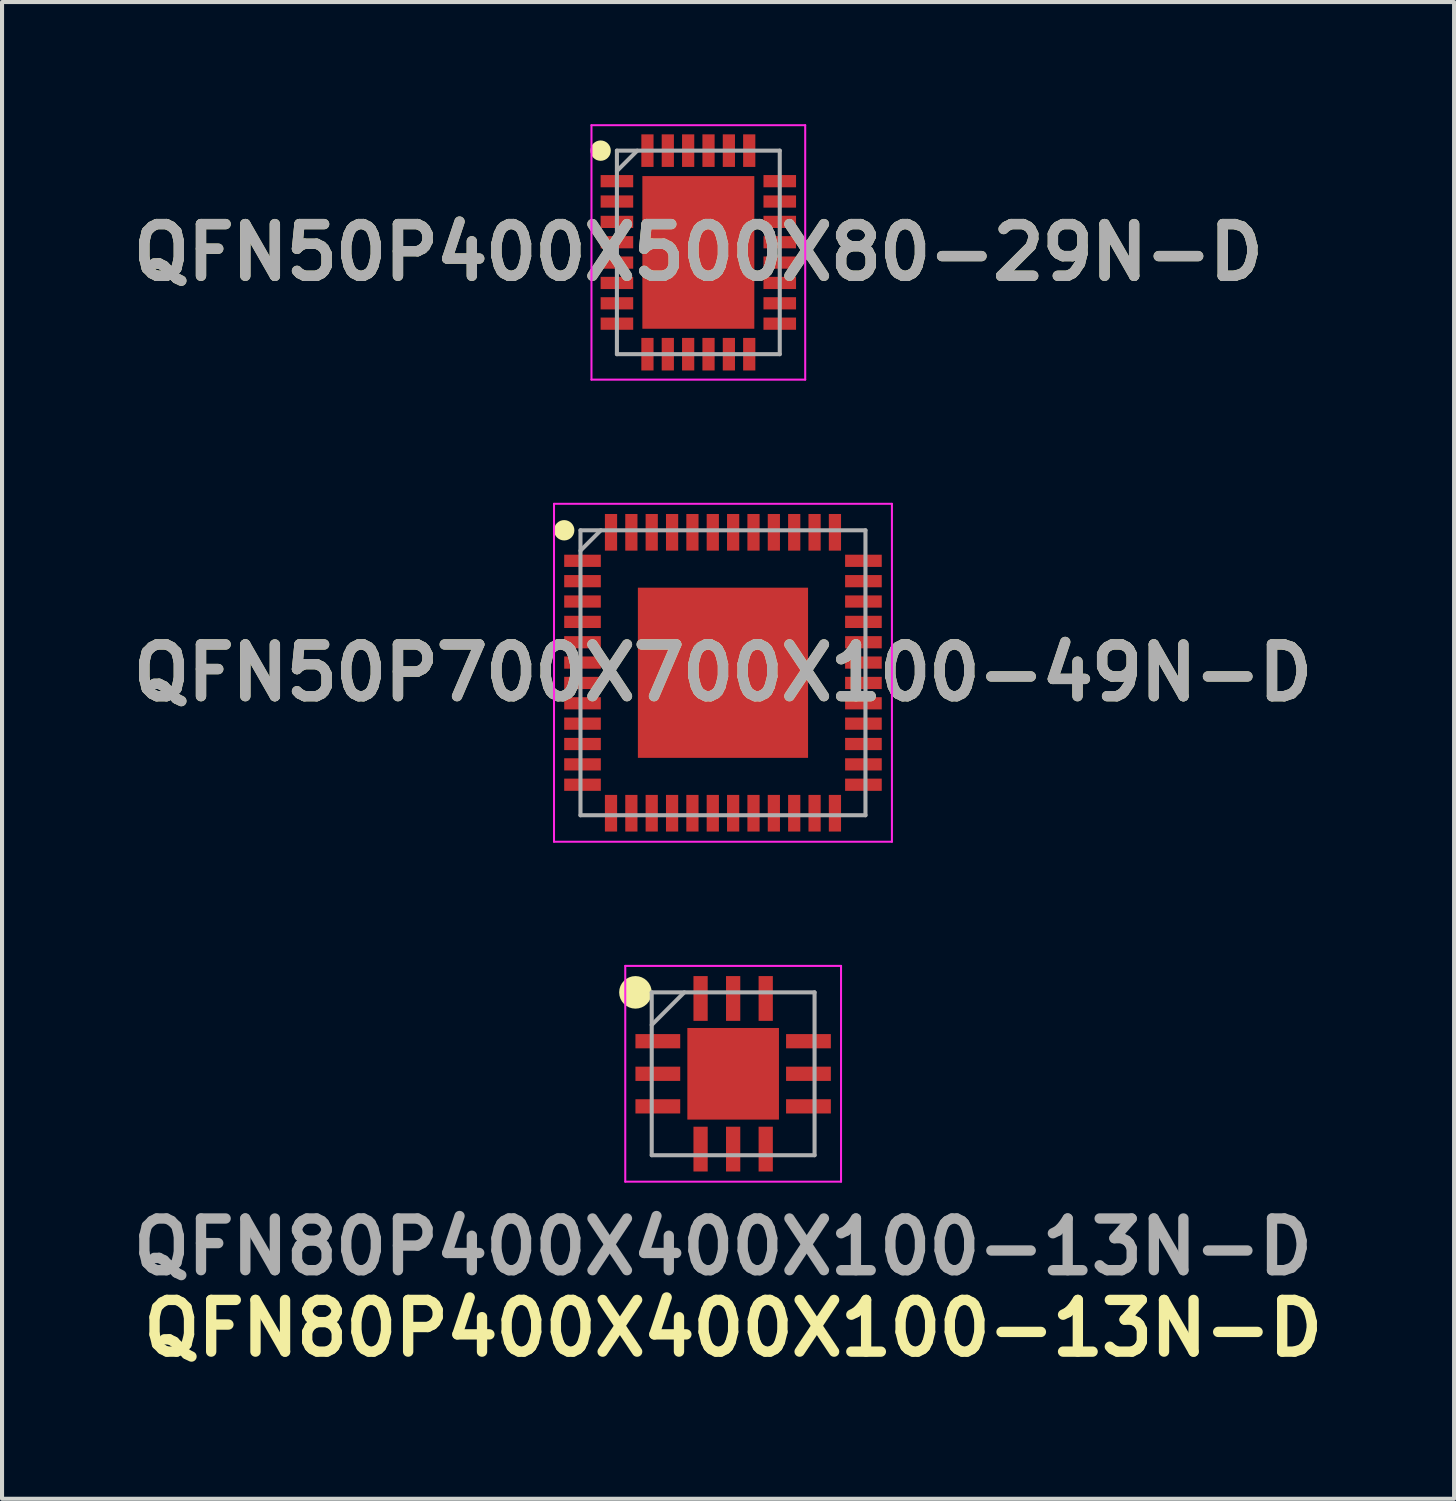
<source format=kicad_pcb>
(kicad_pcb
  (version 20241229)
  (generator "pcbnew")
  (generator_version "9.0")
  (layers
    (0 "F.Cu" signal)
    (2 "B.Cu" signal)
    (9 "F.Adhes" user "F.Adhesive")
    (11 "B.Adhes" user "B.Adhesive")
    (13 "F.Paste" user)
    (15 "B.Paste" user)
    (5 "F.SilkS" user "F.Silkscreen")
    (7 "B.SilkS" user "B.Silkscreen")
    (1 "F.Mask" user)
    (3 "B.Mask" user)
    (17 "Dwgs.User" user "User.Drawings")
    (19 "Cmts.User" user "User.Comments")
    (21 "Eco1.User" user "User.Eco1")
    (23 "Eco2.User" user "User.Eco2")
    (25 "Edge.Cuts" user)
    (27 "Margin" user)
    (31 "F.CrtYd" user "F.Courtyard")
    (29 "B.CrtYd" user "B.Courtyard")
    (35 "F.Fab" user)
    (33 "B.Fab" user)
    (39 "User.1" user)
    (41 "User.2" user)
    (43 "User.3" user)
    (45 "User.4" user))
  (footprint "QFN50P700X700X100-49N-D"
    (layer "F.Cu")
    (at 14.708 13.475)
    (property "Reference" "QFN50P700X700X100-49N-D" (at 0 0 0) (layer "F.SilkS") (effects (font (size 1.27 1.27) (thickness 0.254))))
    (attr smd)
    (fp_circle (center -3.9 -3.5) (end -3.9 -3.375) (stroke (width 0.25) (type solid)) (fill no) (layer "F.SilkS"))
    (fp_line (start -4.15 -4.15) (end 4.15 -4.15) (stroke (width 0.05) (type solid)) (layer "F.CrtYd"))
    (fp_line (start -4.15 4.15) (end -4.15 -4.15) (stroke (width 0.05) (type solid)) (layer "F.CrtYd"))
    (fp_line (start 4.15 -4.15) (end 4.15 4.15) (stroke (width 0.05) (type solid)) (layer "F.CrtYd"))
    (fp_line (start 4.15 4.15) (end -4.15 4.15) (stroke (width 0.05) (type solid)) (layer "F.CrtYd"))
    (fp_line (start -3.5 -3.5) (end 3.5 -3.5) (stroke (width 0.1) (type solid)) (layer "F.Fab"))
    (fp_line (start -3.5 -3) (end -3 -3.5) (stroke (width 0.1) (type solid)) (layer "F.Fab"))
    (fp_line (start -3.5 3.5) (end -3.5 -3.5) (stroke (width 0.1) (type solid)) (layer "F.Fab"))
    (fp_line (start 3.5 -3.5) (end 3.5 3.5) (stroke (width 0.1) (type solid)) (layer "F.Fab"))
    (fp_line (start 3.5 3.5) (end -3.5 3.5) (stroke (width 0.1) (type solid)) (layer "F.Fab"))
    (fp_text user "${REFERENCE}" (at 0 0 0) (layer "F.Fab") (effects (font (size 1.27 1.27) (thickness 0.254))))
    (pad "1" smd rect (at -3.45 -2.75 90) (size 0.3 0.9) (layers "F.Cu" "F.Mask" "F.Paste"))
    (pad "2" smd rect (at -3.45 -2.25 90) (size 0.3 0.9) (layers "F.Cu" "F.Mask" "F.Paste"))
    (pad "3" smd rect (at -3.45 -1.75 90) (size 0.3 0.9) (layers "F.Cu" "F.Mask" "F.Paste"))
    (pad "4" smd rect (at -3.45 -1.25 90) (size 0.3 0.9) (layers "F.Cu" "F.Mask" "F.Paste"))
    (pad "5" smd rect (at -3.45 -0.75 90) (size 0.3 0.9) (layers "F.Cu" "F.Mask" "F.Paste"))
    (pad "6" smd rect (at -3.45 -0.25 90) (size 0.3 0.9) (layers "F.Cu" "F.Mask" "F.Paste"))
    (pad "7" smd rect (at -3.45 0.25 90) (size 0.3 0.9) (layers "F.Cu" "F.Mask" "F.Paste"))
    (pad "8" smd rect (at -3.45 0.75 90) (size 0.3 0.9) (layers "F.Cu" "F.Mask" "F.Paste"))
    (pad "9" smd rect (at -3.45 1.25 90) (size 0.3 0.9) (layers "F.Cu" "F.Mask" "F.Paste"))
    (pad "10" smd rect (at -3.45 1.75 90) (size 0.3 0.9) (layers "F.Cu" "F.Mask" "F.Paste"))
    (pad "11" smd rect (at -3.45 2.25 90) (size 0.3 0.9) (layers "F.Cu" "F.Mask" "F.Paste"))
    (pad "12" smd rect (at -3.45 2.75 90) (size 0.3 0.9) (layers "F.Cu" "F.Mask" "F.Paste"))
    (pad "13" smd rect (at -2.75 3.45) (size 0.3 0.9) (layers "F.Cu" "F.Mask" "F.Paste"))
    (pad "14" smd rect (at -2.25 3.45) (size 0.3 0.9) (layers "F.Cu" "F.Mask" "F.Paste"))
    (pad "15" smd rect (at -1.75 3.45) (size 0.3 0.9) (layers "F.Cu" "F.Mask" "F.Paste"))
    (pad "16" smd rect (at -1.25 3.45) (size 0.3 0.9) (layers "F.Cu" "F.Mask" "F.Paste"))
    (pad "17" smd rect (at -0.75 3.45) (size 0.3 0.9) (layers "F.Cu" "F.Mask" "F.Paste"))
    (pad "18" smd rect (at -0.25 3.45) (size 0.3 0.9) (layers "F.Cu" "F.Mask" "F.Paste"))
    (pad "19" smd rect (at 0.25 3.45) (size 0.3 0.9) (layers "F.Cu" "F.Mask" "F.Paste"))
    (pad "20" smd rect (at 0.75 3.45) (size 0.3 0.9) (layers "F.Cu" "F.Mask" "F.Paste"))
    (pad "21" smd rect (at 1.25 3.45) (size 0.3 0.9) (layers "F.Cu" "F.Mask" "F.Paste"))
    (pad "22" smd rect (at 1.75 3.45) (size 0.3 0.9) (layers "F.Cu" "F.Mask" "F.Paste"))
    (pad "23" smd rect (at 2.25 3.45) (size 0.3 0.9) (layers "F.Cu" "F.Mask" "F.Paste"))
    (pad "24" smd rect (at 2.75 3.45) (size 0.3 0.9) (layers "F.Cu" "F.Mask" "F.Paste"))
    (pad "25" smd rect (at 3.45 2.75 90) (size 0.3 0.9) (layers "F.Cu" "F.Mask" "F.Paste"))
    (pad "26" smd rect (at 3.45 2.25 90) (size 0.3 0.9) (layers "F.Cu" "F.Mask" "F.Paste"))
    (pad "27" smd rect (at 3.45 1.75 90) (size 0.3 0.9) (layers "F.Cu" "F.Mask" "F.Paste"))
    (pad "28" smd rect (at 3.45 1.25 90) (size 0.3 0.9) (layers "F.Cu" "F.Mask" "F.Paste"))
    (pad "29" smd rect (at 3.45 0.75 90) (size 0.3 0.9) (layers "F.Cu" "F.Mask" "F.Paste"))
    (pad "30" smd rect (at 3.45 0.25 90) (size 0.3 0.9) (layers "F.Cu" "F.Mask" "F.Paste"))
    (pad "31" smd rect (at 3.45 -0.25 90) (size 0.3 0.9) (layers "F.Cu" "F.Mask" "F.Paste"))
    (pad "32" smd rect (at 3.45 -0.75 90) (size 0.3 0.9) (layers "F.Cu" "F.Mask" "F.Paste"))
    (pad "33" smd rect (at 3.45 -1.25 90) (size 0.3 0.9) (layers "F.Cu" "F.Mask" "F.Paste"))
    (pad "34" smd rect (at 3.45 -1.75 90) (size 0.3 0.9) (layers "F.Cu" "F.Mask" "F.Paste"))
    (pad "35" smd rect (at 3.45 -2.25 90) (size 0.3 0.9) (layers "F.Cu" "F.Mask" "F.Paste"))
    (pad "36" smd rect (at 3.45 -2.75 90) (size 0.3 0.9) (layers "F.Cu" "F.Mask" "F.Paste"))
    (pad "37" smd rect (at 2.75 -3.45) (size 0.3 0.9) (layers "F.Cu" "F.Mask" "F.Paste"))
    (pad "38" smd rect (at 2.25 -3.45) (size 0.3 0.9) (layers "F.Cu" "F.Mask" "F.Paste"))
    (pad "39" smd rect (at 1.75 -3.45) (size 0.3 0.9) (layers "F.Cu" "F.Mask" "F.Paste"))
    (pad "40" smd rect (at 1.25 -3.45) (size 0.3 0.9) (layers "F.Cu" "F.Mask" "F.Paste"))
    (pad "41" smd rect (at 0.75 -3.45) (size 0.3 0.9) (layers "F.Cu" "F.Mask" "F.Paste"))
    (pad "42" smd rect (at 0.25 -3.45) (size 0.3 0.9) (layers "F.Cu" "F.Mask" "F.Paste"))
    (pad "43" smd rect (at -0.25 -3.45) (size 0.3 0.9) (layers "F.Cu" "F.Mask" "F.Paste"))
    (pad "44" smd rect (at -0.75 -3.45) (size 0.3 0.9) (layers "F.Cu" "F.Mask" "F.Paste"))
    (pad "45" smd rect (at -1.25 -3.45) (size 0.3 0.9) (layers "F.Cu" "F.Mask" "F.Paste"))
    (pad "46" smd rect (at -1.75 -3.45) (size 0.3 0.9) (layers "F.Cu" "F.Mask" "F.Paste"))
    (pad "47" smd rect (at -2.25 -3.45) (size 0.3 0.9) (layers "F.Cu" "F.Mask" "F.Paste"))
    (pad "48" smd rect (at -2.75 -3.45) (size 0.3 0.9) (layers "F.Cu" "F.Mask" "F.Paste"))
    (pad "49" smd rect (at 0 0) (size 4.18 4.18) (layers "F.Cu" "F.Mask" "F.Paste")))
  (footprint "QFN50P400X500X80-29N-D"
    (layer "F.Cu")
    (at 14.103 3.15)
    (property "Reference" "QFN50P400X500X80-29N-D" (at 0 0 0) (layer "F.SilkS") (effects (font (size 1.27 1.27) (thickness 0.254))))
    (attr smd)
    (fp_circle (center -2.4 -2.5) (end -2.4 -2.375) (stroke (width 0.25) (type solid)) (fill no) (layer "F.SilkS"))
    (fp_line (start -2.625 -3.125) (end 2.625 -3.125) (stroke (width 0.05) (type solid)) (layer "F.CrtYd"))
    (fp_line (start -2.625 3.125) (end -2.625 -3.125) (stroke (width 0.05) (type solid)) (layer "F.CrtYd"))
    (fp_line (start 2.625 -3.125) (end 2.625 3.125) (stroke (width 0.05) (type solid)) (layer "F.CrtYd"))
    (fp_line (start 2.625 3.125) (end -2.625 3.125) (stroke (width 0.05) (type solid)) (layer "F.CrtYd"))
    (fp_line (start -2 -2.5) (end 2 -2.5) (stroke (width 0.1) (type solid)) (layer "F.Fab"))
    (fp_line (start -2 -2) (end -1.5 -2.5) (stroke (width 0.1) (type solid)) (layer "F.Fab"))
    (fp_line (start -2 2.5) (end -2 -2.5) (stroke (width 0.1) (type solid)) (layer "F.Fab"))
    (fp_line (start 2 -2.5) (end 2 2.5) (stroke (width 0.1) (type solid)) (layer "F.Fab"))
    (fp_line (start 2 2.5) (end -2 2.5) (stroke (width 0.1) (type solid)) (layer "F.Fab"))
    (fp_text user "${REFERENCE}" (at 0 0 0) (layer "F.Fab") (effects (font (size 1.27 1.27) (thickness 0.254))))
    (pad "1" smd rect (at -2 -1.75 90) (size 0.3 0.8) (layers "F.Cu" "F.Mask" "F.Paste"))
    (pad "2" smd rect (at -2 -1.25 90) (size 0.3 0.8) (layers "F.Cu" "F.Mask" "F.Paste"))
    (pad "3" smd rect (at -2 -0.75 90) (size 0.3 0.8) (layers "F.Cu" "F.Mask" "F.Paste"))
    (pad "4" smd rect (at -2 -0.25 90) (size 0.3 0.8) (layers "F.Cu" "F.Mask" "F.Paste"))
    (pad "5" smd rect (at -2 0.25 90) (size 0.3 0.8) (layers "F.Cu" "F.Mask" "F.Paste"))
    (pad "6" smd rect (at -2 0.75 90) (size 0.3 0.8) (layers "F.Cu" "F.Mask" "F.Paste"))
    (pad "7" smd rect (at -2 1.25 90) (size 0.3 0.8) (layers "F.Cu" "F.Mask" "F.Paste"))
    (pad "8" smd rect (at -2 1.75 90) (size 0.3 0.8) (layers "F.Cu" "F.Mask" "F.Paste"))
    (pad "9" smd rect (at -1.25 2.5) (size 0.3 0.8) (layers "F.Cu" "F.Mask" "F.Paste"))
    (pad "10" smd rect (at -0.75 2.5) (size 0.3 0.8) (layers "F.Cu" "F.Mask" "F.Paste"))
    (pad "11" smd rect (at -0.25 2.5) (size 0.3 0.8) (layers "F.Cu" "F.Mask" "F.Paste"))
    (pad "12" smd rect (at 0.25 2.5) (size 0.3 0.8) (layers "F.Cu" "F.Mask" "F.Paste"))
    (pad "13" smd rect (at 0.75 2.5) (size 0.3 0.8) (layers "F.Cu" "F.Mask" "F.Paste"))
    (pad "14" smd rect (at 1.25 2.5) (size 0.3 0.8) (layers "F.Cu" "F.Mask" "F.Paste"))
    (pad "15" smd rect (at 2 1.75 90) (size 0.3 0.8) (layers "F.Cu" "F.Mask" "F.Paste"))
    (pad "16" smd rect (at 2 1.25 90) (size 0.3 0.8) (layers "F.Cu" "F.Mask" "F.Paste"))
    (pad "17" smd rect (at 2 0.75 90) (size 0.3 0.8) (layers "F.Cu" "F.Mask" "F.Paste"))
    (pad "18" smd rect (at 2 0.25 90) (size 0.3 0.8) (layers "F.Cu" "F.Mask" "F.Paste"))
    (pad "19" smd rect (at 2 -0.25 90) (size 0.3 0.8) (layers "F.Cu" "F.Mask" "F.Paste"))
    (pad "20" smd rect (at 2 -0.75 90) (size 0.3 0.8) (layers "F.Cu" "F.Mask" "F.Paste"))
    (pad "21" smd rect (at 2 -1.25 90) (size 0.3 0.8) (layers "F.Cu" "F.Mask" "F.Paste"))
    (pad "22" smd rect (at 2 -1.75 90) (size 0.3 0.8) (layers "F.Cu" "F.Mask" "F.Paste"))
    (pad "23" smd rect (at 1.25 -2.5) (size 0.3 0.8) (layers "F.Cu" "F.Mask" "F.Paste"))
    (pad "24" smd rect (at 0.75 -2.5) (size 0.3 0.8) (layers "F.Cu" "F.Mask" "F.Paste"))
    (pad "25" smd rect (at 0.25 -2.5) (size 0.3 0.8) (layers "F.Cu" "F.Mask" "F.Paste"))
    (pad "26" smd rect (at -0.25 -2.5) (size 0.3 0.8) (layers "F.Cu" "F.Mask" "F.Paste"))
    (pad "27" smd rect (at -0.75 -2.5) (size 0.3 0.8) (layers "F.Cu" "F.Mask" "F.Paste"))
    (pad "28" smd rect (at -1.25 -2.5) (size 0.3 0.8) (layers "F.Cu" "F.Mask" "F.Paste"))
    (pad "29" smd rect (at 0 0) (size 2.75 3.75) (layers "F.Cu" "F.Mask" "F.Paste")))
  (footprint "QFN80P400X400X100-13N-D"
    (layer "F.Cu")
    (at 14.958 23.325)
    (property "Reference" "QFN80P400X400X100-13N-D" (at 0 6.25 0) (layer "F.SilkS") (effects (font (size 1.27 1.27) (thickness 0.254))))
    (attr smd)
    (fp_circle (center -2.4 -2) (end -2.4 -1.8) (stroke (width 0.4) (type solid)) (fill no) (layer "F.SilkS"))
    (fp_line (start -2.65 -2.65) (end 2.65 -2.65) (stroke (width 0.05) (type solid)) (layer "F.CrtYd"))
    (fp_line (start -2.65 2.65) (end -2.65 -2.65) (stroke (width 0.05) (type solid)) (layer "F.CrtYd"))
    (fp_line (start 2.65 -2.65) (end 2.65 2.65) (stroke (width 0.05) (type solid)) (layer "F.CrtYd"))
    (fp_line (start 2.65 2.65) (end -2.65 2.65) (stroke (width 0.05) (type solid)) (layer "F.CrtYd"))
    (fp_line (start -2 -2) (end 2 -2) (stroke (width 0.1) (type solid)) (layer "F.Fab"))
    (fp_line (start -2 -1.2) (end -1.2 -2) (stroke (width 0.1) (type solid)) (layer "F.Fab"))
    (fp_line (start -2 2) (end -2 -2) (stroke (width 0.1) (type solid)) (layer "F.Fab"))
    (fp_line (start 2 -2) (end 2 2) (stroke (width 0.1) (type solid)) (layer "F.Fab"))
    (fp_line (start 2 2) (end -2 2) (stroke (width 0.1) (type solid)) (layer "F.Fab"))
    (fp_text user "${REFERENCE}" (at -0.25 4.25 0) (layer "F.Fab") (effects (font (size 1.27 1.27) (thickness 0.254))))
    (pad "1" smd rect (at -1.85 -0.8 90) (size 0.35 1.1) (layers "F.Cu" "F.Mask" "F.Paste"))
    (pad "2" smd rect (at -1.85 0 90) (size 0.35 1.1) (layers "F.Cu" "F.Mask" "F.Paste"))
    (pad "3" smd rect (at -1.85 0.8 90) (size 0.35 1.1) (layers "F.Cu" "F.Mask" "F.Paste"))
    (pad "4" smd rect (at -0.8 1.85) (size 0.35 1.1) (layers "F.Cu" "F.Mask" "F.Paste"))
    (pad "5" smd rect (at 0 1.85) (size 0.35 1.1) (layers "F.Cu" "F.Mask" "F.Paste"))
    (pad "6" smd rect (at 0.8 1.85) (size 0.35 1.1) (layers "F.Cu" "F.Mask" "F.Paste"))
    (pad "7" smd rect (at 1.85 0.8 90) (size 0.35 1.1) (layers "F.Cu" "F.Mask" "F.Paste"))
    (pad "8" smd rect (at 1.85 0 90) (size 0.35 1.1) (layers "F.Cu" "F.Mask" "F.Paste"))
    (pad "9" smd rect (at 1.85 -0.8 90) (size 0.35 1.1) (layers "F.Cu" "F.Mask" "F.Paste"))
    (pad "10" smd rect (at 0.8 -1.85) (size 0.35 1.1) (layers "F.Cu" "F.Mask" "F.Paste"))
    (pad "11" smd rect (at 0 -1.85) (size 0.35 1.1) (layers "F.Cu" "F.Mask" "F.Paste"))
    (pad "12" smd rect (at -0.8 -1.85) (size 0.35 1.1) (layers "F.Cu" "F.Mask" "F.Paste"))
    (pad "13" smd rect (at 0 0) (size 2.25 2.25) (layers "F.Cu" "F.Mask" "F.Paste")))
  (gr_rect
    (start -3 -3)
    (end 32.666 33.764)
    (stroke (width 0.1) (type default))
    (fill no)
    (layer "Edge.Cuts")))
</source>
